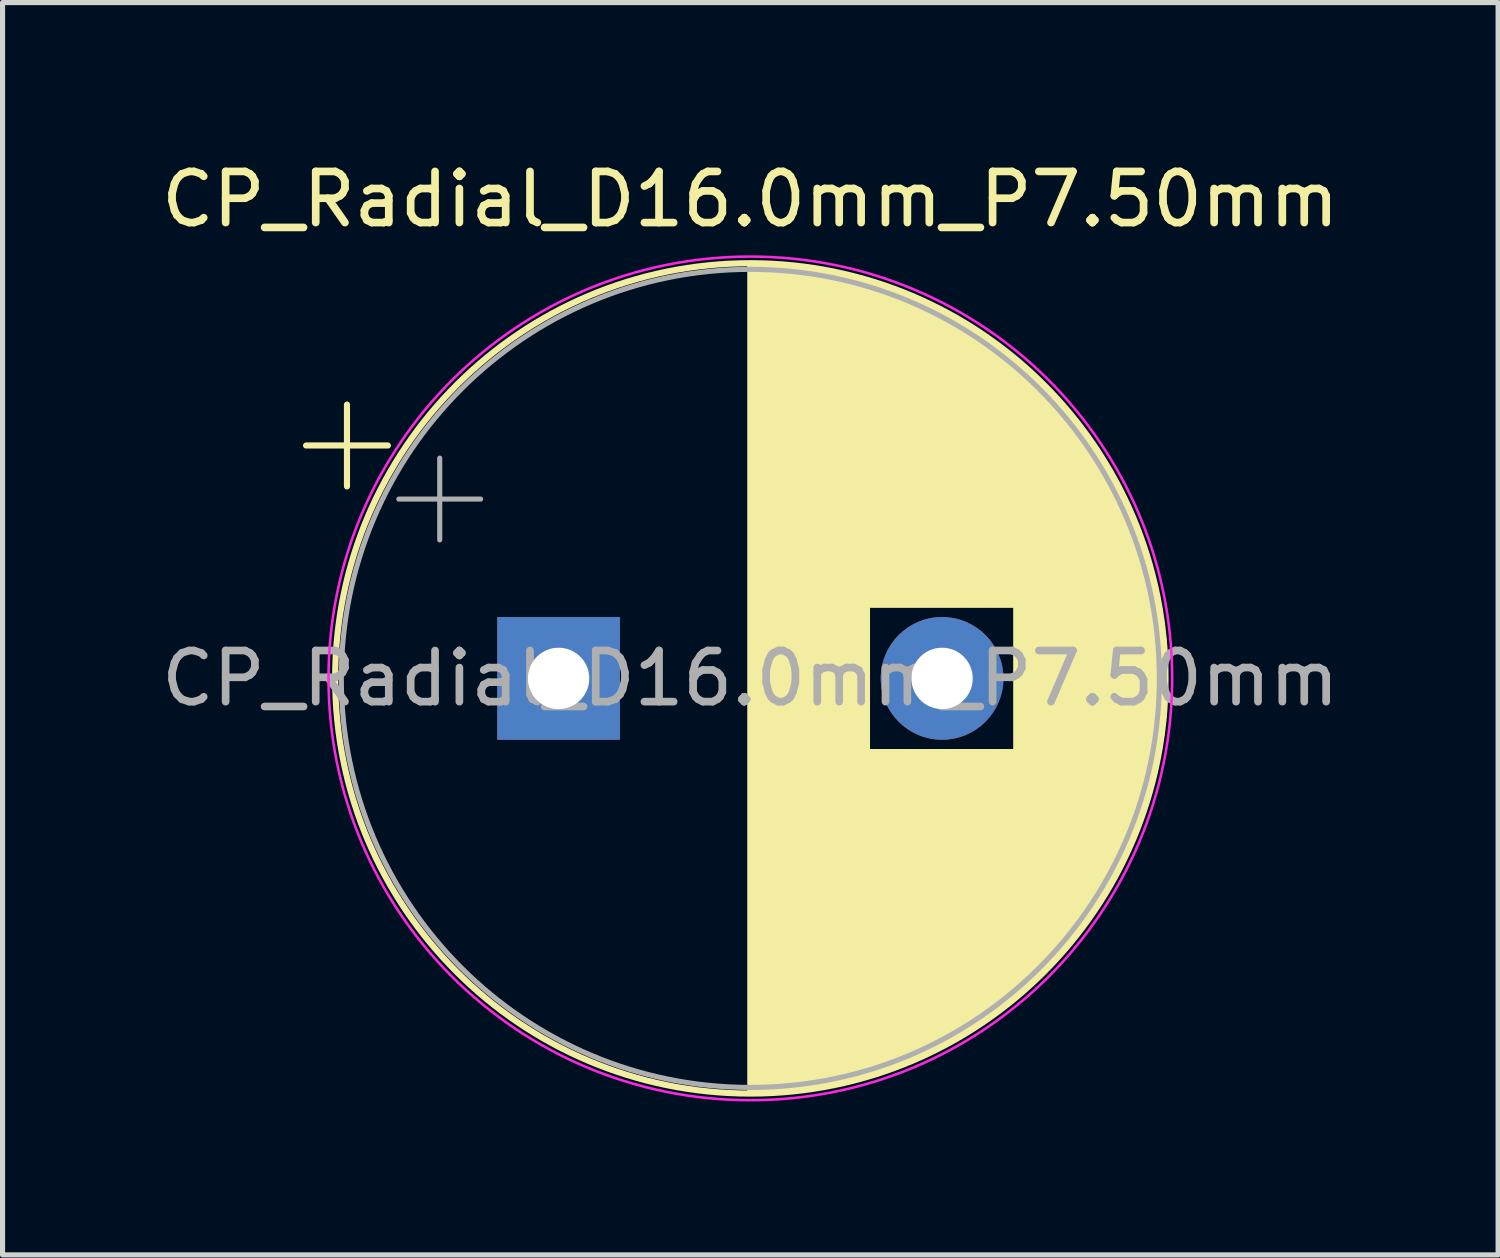
<source format=kicad_pcb>
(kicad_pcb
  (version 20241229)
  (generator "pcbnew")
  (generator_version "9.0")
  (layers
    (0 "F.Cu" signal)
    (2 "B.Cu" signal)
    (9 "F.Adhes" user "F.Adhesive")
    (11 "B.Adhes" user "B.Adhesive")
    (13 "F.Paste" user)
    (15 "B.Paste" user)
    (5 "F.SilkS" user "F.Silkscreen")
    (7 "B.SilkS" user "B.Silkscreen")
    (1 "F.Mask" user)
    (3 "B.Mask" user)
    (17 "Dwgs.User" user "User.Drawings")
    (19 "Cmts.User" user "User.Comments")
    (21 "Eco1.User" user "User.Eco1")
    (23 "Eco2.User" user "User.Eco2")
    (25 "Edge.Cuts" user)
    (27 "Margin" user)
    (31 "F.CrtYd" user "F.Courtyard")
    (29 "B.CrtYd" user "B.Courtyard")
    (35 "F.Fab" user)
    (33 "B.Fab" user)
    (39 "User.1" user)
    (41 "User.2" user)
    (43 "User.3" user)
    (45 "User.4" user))
  (footprint "CP_Radial_D16.0mm_P7.50mm"
    (layer "F.Cu")
    (at 7.875 10.218)
    (property "Reference" "CP_Radial_D16.0mm_P7.50mm" (at 3.75 -9.37 0) (layer "F.SilkS") (effects (font (size 1 1) (thickness 0.15))))
    (attr through_hole)
    (fp_line (start -4.939 -4.555) (end -3.339 -4.555) (stroke (width 0.12) (type solid)) (layer "F.SilkS"))
    (fp_line (start -4.139 -5.355) (end -4.139 -3.755) (stroke (width 0.12) (type solid)) (layer "F.SilkS"))
    (fp_line (start 3.75 -8.081) (end 3.75 8.081) (stroke (width 0.12) (type solid)) (layer "F.SilkS"))
    (fp_line (start 3.79 -8.08) (end 3.79 8.08) (stroke (width 0.12) (type solid)) (layer "F.SilkS"))
    (fp_line (start 3.83 -8.08) (end 3.83 8.08) (stroke (width 0.12) (type solid)) (layer "F.SilkS"))
    (fp_line (start 3.87 -8.08) (end 3.87 8.08) (stroke (width 0.12) (type solid)) (layer "F.SilkS"))
    (fp_line (start 3.91 -8.079) (end 3.91 8.079) (stroke (width 0.12) (type solid)) (layer "F.SilkS"))
    (fp_line (start 3.95 -8.078) (end 3.95 8.078) (stroke (width 0.12) (type solid)) (layer "F.SilkS"))
    (fp_line (start 3.99 -8.077) (end 3.99 8.077) (stroke (width 0.12) (type solid)) (layer "F.SilkS"))
    (fp_line (start 4.03 -8.076) (end 4.03 8.076) (stroke (width 0.12) (type solid)) (layer "F.SilkS"))
    (fp_line (start 4.07 -8.074) (end 4.07 8.074) (stroke (width 0.12) (type solid)) (layer "F.SilkS"))
    (fp_line (start 4.11 -8.073) (end 4.11 8.073) (stroke (width 0.12) (type solid)) (layer "F.SilkS"))
    (fp_line (start 4.15 -8.071) (end 4.15 8.071) (stroke (width 0.12) (type solid)) (layer "F.SilkS"))
    (fp_line (start 4.19 -8.069) (end 4.19 8.069) (stroke (width 0.12) (type solid)) (layer "F.SilkS"))
    (fp_line (start 4.23 -8.066) (end 4.23 8.066) (stroke (width 0.12) (type solid)) (layer "F.SilkS"))
    (fp_line (start 4.27 -8.064) (end 4.27 8.064) (stroke (width 0.12) (type solid)) (layer "F.SilkS"))
    (fp_line (start 4.31 -8.061) (end 4.31 8.061) (stroke (width 0.12) (type solid)) (layer "F.SilkS"))
    (fp_line (start 4.35 -8.058) (end 4.35 8.058) (stroke (width 0.12) (type solid)) (layer "F.SilkS"))
    (fp_line (start 4.39 -8.055) (end 4.39 8.055) (stroke (width 0.12) (type solid)) (layer "F.SilkS"))
    (fp_line (start 4.43 -8.052) (end 4.43 8.052) (stroke (width 0.12) (type solid)) (layer "F.SilkS"))
    (fp_line (start 4.471 -8.049) (end 4.471 8.049) (stroke (width 0.12) (type solid)) (layer "F.SilkS"))
    (fp_line (start 4.511 -8.045) (end 4.511 8.045) (stroke (width 0.12) (type solid)) (layer "F.SilkS"))
    (fp_line (start 4.551 -8.041) (end 4.551 8.041) (stroke (width 0.12) (type solid)) (layer "F.SilkS"))
    (fp_line (start 4.591 -8.037) (end 4.591 8.037) (stroke (width 0.12) (type solid)) (layer "F.SilkS"))
    (fp_line (start 4.631 -8.033) (end 4.631 8.033) (stroke (width 0.12) (type solid)) (layer "F.SilkS"))
    (fp_line (start 4.671 -8.028) (end 4.671 8.028) (stroke (width 0.12) (type solid)) (layer "F.SilkS"))
    (fp_line (start 4.711 -8.024) (end 4.711 8.024) (stroke (width 0.12) (type solid)) (layer "F.SilkS"))
    (fp_line (start 4.751 -8.019) (end 4.751 8.019) (stroke (width 0.12) (type solid)) (layer "F.SilkS"))
    (fp_line (start 4.791 -8.014) (end 4.791 8.014) (stroke (width 0.12) (type solid)) (layer "F.SilkS"))
    (fp_line (start 4.831 -8.008) (end 4.831 8.008) (stroke (width 0.12) (type solid)) (layer "F.SilkS"))
    (fp_line (start 4.871 -8.003) (end 4.871 8.003) (stroke (width 0.12) (type solid)) (layer "F.SilkS"))
    (fp_line (start 4.911 -7.997) (end 4.911 7.997) (stroke (width 0.12) (type solid)) (layer "F.SilkS"))
    (fp_line (start 4.951 -7.991) (end 4.951 7.991) (stroke (width 0.12) (type solid)) (layer "F.SilkS"))
    (fp_line (start 4.991 -7.985) (end 4.991 7.985) (stroke (width 0.12) (type solid)) (layer "F.SilkS"))
    (fp_line (start 5.031 -7.979) (end 5.031 7.979) (stroke (width 0.12) (type solid)) (layer "F.SilkS"))
    (fp_line (start 5.071 -7.972) (end 5.071 7.972) (stroke (width 0.12) (type solid)) (layer "F.SilkS"))
    (fp_line (start 5.111 -7.966) (end 5.111 7.966) (stroke (width 0.12) (type solid)) (layer "F.SilkS"))
    (fp_line (start 5.151 -7.959) (end 5.151 7.959) (stroke (width 0.12) (type solid)) (layer "F.SilkS"))
    (fp_line (start 5.191 -7.952) (end 5.191 7.952) (stroke (width 0.12) (type solid)) (layer "F.SilkS"))
    (fp_line (start 5.231 -7.944) (end 5.231 7.944) (stroke (width 0.12) (type solid)) (layer "F.SilkS"))
    (fp_line (start 5.271 -7.937) (end 5.271 7.937) (stroke (width 0.12) (type solid)) (layer "F.SilkS"))
    (fp_line (start 5.311 -7.929) (end 5.311 7.929) (stroke (width 0.12) (type solid)) (layer "F.SilkS"))
    (fp_line (start 5.351 -7.921) (end 5.351 7.921) (stroke (width 0.12) (type solid)) (layer "F.SilkS"))
    (fp_line (start 5.391 -7.913) (end 5.391 7.913) (stroke (width 0.12) (type solid)) (layer "F.SilkS"))
    (fp_line (start 5.431 -7.905) (end 5.431 7.905) (stroke (width 0.12) (type solid)) (layer "F.SilkS"))
    (fp_line (start 5.471 -7.896) (end 5.471 7.896) (stroke (width 0.12) (type solid)) (layer "F.SilkS"))
    (fp_line (start 5.511 -7.887) (end 5.511 7.887) (stroke (width 0.12) (type solid)) (layer "F.SilkS"))
    (fp_line (start 5.551 -7.878) (end 5.551 7.878) (stroke (width 0.12) (type solid)) (layer "F.SilkS"))
    (fp_line (start 5.591 -7.869) (end 5.591 7.869) (stroke (width 0.12) (type solid)) (layer "F.SilkS"))
    (fp_line (start 5.631 -7.86) (end 5.631 7.86) (stroke (width 0.12) (type solid)) (layer "F.SilkS"))
    (fp_line (start 5.671 -7.85) (end 5.671 7.85) (stroke (width 0.12) (type solid)) (layer "F.SilkS"))
    (fp_line (start 5.711 -7.84) (end 5.711 7.84) (stroke (width 0.12) (type solid)) (layer "F.SilkS"))
    (fp_line (start 5.751 -7.83) (end 5.751 7.83) (stroke (width 0.12) (type solid)) (layer "F.SilkS"))
    (fp_line (start 5.791 -7.82) (end 5.791 7.82) (stroke (width 0.12) (type solid)) (layer "F.SilkS"))
    (fp_line (start 5.831 -7.81) (end 5.831 7.81) (stroke (width 0.12) (type solid)) (layer "F.SilkS"))
    (fp_line (start 5.871 -7.799) (end 5.871 7.799) (stroke (width 0.12) (type solid)) (layer "F.SilkS"))
    (fp_line (start 5.911 -7.788) (end 5.911 7.788) (stroke (width 0.12) (type solid)) (layer "F.SilkS"))
    (fp_line (start 5.951 -7.777) (end 5.951 7.777) (stroke (width 0.12) (type solid)) (layer "F.SilkS"))
    (fp_line (start 5.991 -7.765) (end 5.991 7.765) (stroke (width 0.12) (type solid)) (layer "F.SilkS"))
    (fp_line (start 6.031 -7.754) (end 6.031 7.754) (stroke (width 0.12) (type solid)) (layer "F.SilkS"))
    (fp_line (start 6.071 -7.742) (end 6.071 -1.44) (stroke (width 0.12) (type solid)) (layer "F.SilkS"))
    (fp_line (start 6.071 1.44) (end 6.071 7.742) (stroke (width 0.12) (type solid)) (layer "F.SilkS"))
    (fp_line (start 6.111 -7.73) (end 6.111 -1.44) (stroke (width 0.12) (type solid)) (layer "F.SilkS"))
    (fp_line (start 6.111 1.44) (end 6.111 7.73) (stroke (width 0.12) (type solid)) (layer "F.SilkS"))
    (fp_line (start 6.151 -7.718) (end 6.151 -1.44) (stroke (width 0.12) (type solid)) (layer "F.SilkS"))
    (fp_line (start 6.151 1.44) (end 6.151 7.718) (stroke (width 0.12) (type solid)) (layer "F.SilkS"))
    (fp_line (start 6.191 -7.705) (end 6.191 -1.44) (stroke (width 0.12) (type solid)) (layer "F.SilkS"))
    (fp_line (start 6.191 1.44) (end 6.191 7.705) (stroke (width 0.12) (type solid)) (layer "F.SilkS"))
    (fp_line (start 6.231 -7.693) (end 6.231 -1.44) (stroke (width 0.12) (type solid)) (layer "F.SilkS"))
    (fp_line (start 6.231 1.44) (end 6.231 7.693) (stroke (width 0.12) (type solid)) (layer "F.SilkS"))
    (fp_line (start 6.271 -7.68) (end 6.271 -1.44) (stroke (width 0.12) (type solid)) (layer "F.SilkS"))
    (fp_line (start 6.271 1.44) (end 6.271 7.68) (stroke (width 0.12) (type solid)) (layer "F.SilkS"))
    (fp_line (start 6.311 -7.666) (end 6.311 -1.44) (stroke (width 0.12) (type solid)) (layer "F.SilkS"))
    (fp_line (start 6.311 1.44) (end 6.311 7.666) (stroke (width 0.12) (type solid)) (layer "F.SilkS"))
    (fp_line (start 6.351 -7.653) (end 6.351 -1.44) (stroke (width 0.12) (type solid)) (layer "F.SilkS"))
    (fp_line (start 6.351 1.44) (end 6.351 7.653) (stroke (width 0.12) (type solid)) (layer "F.SilkS"))
    (fp_line (start 6.391 -7.639) (end 6.391 -1.44) (stroke (width 0.12) (type solid)) (layer "F.SilkS"))
    (fp_line (start 6.391 1.44) (end 6.391 7.639) (stroke (width 0.12) (type solid)) (layer "F.SilkS"))
    (fp_line (start 6.431 -7.625) (end 6.431 -1.44) (stroke (width 0.12) (type solid)) (layer "F.SilkS"))
    (fp_line (start 6.431 1.44) (end 6.431 7.625) (stroke (width 0.12) (type solid)) (layer "F.SilkS"))
    (fp_line (start 6.471 -7.611) (end 6.471 -1.44) (stroke (width 0.12) (type solid)) (layer "F.SilkS"))
    (fp_line (start 6.471 1.44) (end 6.471 7.611) (stroke (width 0.12) (type solid)) (layer "F.SilkS"))
    (fp_line (start 6.511 -7.597) (end 6.511 -1.44) (stroke (width 0.12) (type solid)) (layer "F.SilkS"))
    (fp_line (start 6.511 1.44) (end 6.511 7.597) (stroke (width 0.12) (type solid)) (layer "F.SilkS"))
    (fp_line (start 6.551 -7.582) (end 6.551 -1.44) (stroke (width 0.12) (type solid)) (layer "F.SilkS"))
    (fp_line (start 6.551 1.44) (end 6.551 7.582) (stroke (width 0.12) (type solid)) (layer "F.SilkS"))
    (fp_line (start 6.591 -7.568) (end 6.591 -1.44) (stroke (width 0.12) (type solid)) (layer "F.SilkS"))
    (fp_line (start 6.591 1.44) (end 6.591 7.568) (stroke (width 0.12) (type solid)) (layer "F.SilkS"))
    (fp_line (start 6.631 -7.553) (end 6.631 -1.44) (stroke (width 0.12) (type solid)) (layer "F.SilkS"))
    (fp_line (start 6.631 1.44) (end 6.631 7.553) (stroke (width 0.12) (type solid)) (layer "F.SilkS"))
    (fp_line (start 6.671 -7.537) (end 6.671 -1.44) (stroke (width 0.12) (type solid)) (layer "F.SilkS"))
    (fp_line (start 6.671 1.44) (end 6.671 7.537) (stroke (width 0.12) (type solid)) (layer "F.SilkS"))
    (fp_line (start 6.711 -7.522) (end 6.711 -1.44) (stroke (width 0.12) (type solid)) (layer "F.SilkS"))
    (fp_line (start 6.711 1.44) (end 6.711 7.522) (stroke (width 0.12) (type solid)) (layer "F.SilkS"))
    (fp_line (start 6.751 -7.506) (end 6.751 -1.44) (stroke (width 0.12) (type solid)) (layer "F.SilkS"))
    (fp_line (start 6.751 1.44) (end 6.751 7.506) (stroke (width 0.12) (type solid)) (layer "F.SilkS"))
    (fp_line (start 6.791 -7.49) (end 6.791 -1.44) (stroke (width 0.12) (type solid)) (layer "F.SilkS"))
    (fp_line (start 6.791 1.44) (end 6.791 7.49) (stroke (width 0.12) (type solid)) (layer "F.SilkS"))
    (fp_line (start 6.831 -7.474) (end 6.831 -1.44) (stroke (width 0.12) (type solid)) (layer "F.SilkS"))
    (fp_line (start 6.831 1.44) (end 6.831 7.474) (stroke (width 0.12) (type solid)) (layer "F.SilkS"))
    (fp_line (start 6.871 -7.457) (end 6.871 -1.44) (stroke (width 0.12) (type solid)) (layer "F.SilkS"))
    (fp_line (start 6.871 1.44) (end 6.871 7.457) (stroke (width 0.12) (type solid)) (layer "F.SilkS"))
    (fp_line (start 6.911 -7.44) (end 6.911 -1.44) (stroke (width 0.12) (type solid)) (layer "F.SilkS"))
    (fp_line (start 6.911 1.44) (end 6.911 7.44) (stroke (width 0.12) (type solid)) (layer "F.SilkS"))
    (fp_line (start 6.951 -7.423) (end 6.951 -1.44) (stroke (width 0.12) (type solid)) (layer "F.SilkS"))
    (fp_line (start 6.951 1.44) (end 6.951 7.423) (stroke (width 0.12) (type solid)) (layer "F.SilkS"))
    (fp_line (start 6.991 -7.406) (end 6.991 -1.44) (stroke (width 0.12) (type solid)) (layer "F.SilkS"))
    (fp_line (start 6.991 1.44) (end 6.991 7.406) (stroke (width 0.12) (type solid)) (layer "F.SilkS"))
    (fp_line (start 7.031 -7.389) (end 7.031 -1.44) (stroke (width 0.12) (type solid)) (layer "F.SilkS"))
    (fp_line (start 7.031 1.44) (end 7.031 7.389) (stroke (width 0.12) (type solid)) (layer "F.SilkS"))
    (fp_line (start 7.071 -7.371) (end 7.071 -1.44) (stroke (width 0.12) (type solid)) (layer "F.SilkS"))
    (fp_line (start 7.071 1.44) (end 7.071 7.371) (stroke (width 0.12) (type solid)) (layer "F.SilkS"))
    (fp_line (start 7.111 -7.353) (end 7.111 -1.44) (stroke (width 0.12) (type solid)) (layer "F.SilkS"))
    (fp_line (start 7.111 1.44) (end 7.111 7.353) (stroke (width 0.12) (type solid)) (layer "F.SilkS"))
    (fp_line (start 7.151 -7.334) (end 7.151 -1.44) (stroke (width 0.12) (type solid)) (layer "F.SilkS"))
    (fp_line (start 7.151 1.44) (end 7.151 7.334) (stroke (width 0.12) (type solid)) (layer "F.SilkS"))
    (fp_line (start 7.191 -7.316) (end 7.191 -1.44) (stroke (width 0.12) (type solid)) (layer "F.SilkS"))
    (fp_line (start 7.191 1.44) (end 7.191 7.316) (stroke (width 0.12) (type solid)) (layer "F.SilkS"))
    (fp_line (start 7.231 -7.297) (end 7.231 -1.44) (stroke (width 0.12) (type solid)) (layer "F.SilkS"))
    (fp_line (start 7.231 1.44) (end 7.231 7.297) (stroke (width 0.12) (type solid)) (layer "F.SilkS"))
    (fp_line (start 7.271 -7.278) (end 7.271 -1.44) (stroke (width 0.12) (type solid)) (layer "F.SilkS"))
    (fp_line (start 7.271 1.44) (end 7.271 7.278) (stroke (width 0.12) (type solid)) (layer "F.SilkS"))
    (fp_line (start 7.311 -7.258) (end 7.311 -1.44) (stroke (width 0.12) (type solid)) (layer "F.SilkS"))
    (fp_line (start 7.311 1.44) (end 7.311 7.258) (stroke (width 0.12) (type solid)) (layer "F.SilkS"))
    (fp_line (start 7.351 -7.239) (end 7.351 -1.44) (stroke (width 0.12) (type solid)) (layer "F.SilkS"))
    (fp_line (start 7.351 1.44) (end 7.351 7.239) (stroke (width 0.12) (type solid)) (layer "F.SilkS"))
    (fp_line (start 7.391 -7.219) (end 7.391 -1.44) (stroke (width 0.12) (type solid)) (layer "F.SilkS"))
    (fp_line (start 7.391 1.44) (end 7.391 7.219) (stroke (width 0.12) (type solid)) (layer "F.SilkS"))
    (fp_line (start 7.431 -7.199) (end 7.431 -1.44) (stroke (width 0.12) (type solid)) (layer "F.SilkS"))
    (fp_line (start 7.431 1.44) (end 7.431 7.199) (stroke (width 0.12) (type solid)) (layer "F.SilkS"))
    (fp_line (start 7.471 -7.178) (end 7.471 -1.44) (stroke (width 0.12) (type solid)) (layer "F.SilkS"))
    (fp_line (start 7.471 1.44) (end 7.471 7.178) (stroke (width 0.12) (type solid)) (layer "F.SilkS"))
    (fp_line (start 7.511 -7.157) (end 7.511 -1.44) (stroke (width 0.12) (type solid)) (layer "F.SilkS"))
    (fp_line (start 7.511 1.44) (end 7.511 7.157) (stroke (width 0.12) (type solid)) (layer "F.SilkS"))
    (fp_line (start 7.551 -7.136) (end 7.551 -1.44) (stroke (width 0.12) (type solid)) (layer "F.SilkS"))
    (fp_line (start 7.551 1.44) (end 7.551 7.136) (stroke (width 0.12) (type solid)) (layer "F.SilkS"))
    (fp_line (start 7.591 -7.115) (end 7.591 -1.44) (stroke (width 0.12) (type solid)) (layer "F.SilkS"))
    (fp_line (start 7.591 1.44) (end 7.591 7.115) (stroke (width 0.12) (type solid)) (layer "F.SilkS"))
    (fp_line (start 7.631 -7.094) (end 7.631 -1.44) (stroke (width 0.12) (type solid)) (layer "F.SilkS"))
    (fp_line (start 7.631 1.44) (end 7.631 7.094) (stroke (width 0.12) (type solid)) (layer "F.SilkS"))
    (fp_line (start 7.671 -7.072) (end 7.671 -1.44) (stroke (width 0.12) (type solid)) (layer "F.SilkS"))
    (fp_line (start 7.671 1.44) (end 7.671 7.072) (stroke (width 0.12) (type solid)) (layer "F.SilkS"))
    (fp_line (start 7.711 -7.049) (end 7.711 -1.44) (stroke (width 0.12) (type solid)) (layer "F.SilkS"))
    (fp_line (start 7.711 1.44) (end 7.711 7.049) (stroke (width 0.12) (type solid)) (layer "F.SilkS"))
    (fp_line (start 7.751 -7.027) (end 7.751 -1.44) (stroke (width 0.12) (type solid)) (layer "F.SilkS"))
    (fp_line (start 7.751 1.44) (end 7.751 7.027) (stroke (width 0.12) (type solid)) (layer "F.SilkS"))
    (fp_line (start 7.791 -7.004) (end 7.791 -1.44) (stroke (width 0.12) (type solid)) (layer "F.SilkS"))
    (fp_line (start 7.791 1.44) (end 7.791 7.004) (stroke (width 0.12) (type solid)) (layer "F.SilkS"))
    (fp_line (start 7.831 -6.981) (end 7.831 -1.44) (stroke (width 0.12) (type solid)) (layer "F.SilkS"))
    (fp_line (start 7.831 1.44) (end 7.831 6.981) (stroke (width 0.12) (type solid)) (layer "F.SilkS"))
    (fp_line (start 7.871 -6.958) (end 7.871 -1.44) (stroke (width 0.12) (type solid)) (layer "F.SilkS"))
    (fp_line (start 7.871 1.44) (end 7.871 6.958) (stroke (width 0.12) (type solid)) (layer "F.SilkS"))
    (fp_line (start 7.911 -6.934) (end 7.911 -1.44) (stroke (width 0.12) (type solid)) (layer "F.SilkS"))
    (fp_line (start 7.911 1.44) (end 7.911 6.934) (stroke (width 0.12) (type solid)) (layer "F.SilkS"))
    (fp_line (start 7.951 -6.91) (end 7.951 -1.44) (stroke (width 0.12) (type solid)) (layer "F.SilkS"))
    (fp_line (start 7.951 1.44) (end 7.951 6.91) (stroke (width 0.12) (type solid)) (layer "F.SilkS"))
    (fp_line (start 7.991 -6.886) (end 7.991 -1.44) (stroke (width 0.12) (type solid)) (layer "F.SilkS"))
    (fp_line (start 7.991 1.44) (end 7.991 6.886) (stroke (width 0.12) (type solid)) (layer "F.SilkS"))
    (fp_line (start 8.031 -6.861) (end 8.031 -1.44) (stroke (width 0.12) (type solid)) (layer "F.SilkS"))
    (fp_line (start 8.031 1.44) (end 8.031 6.861) (stroke (width 0.12) (type solid)) (layer "F.SilkS"))
    (fp_line (start 8.071 -6.836) (end 8.071 -1.44) (stroke (width 0.12) (type solid)) (layer "F.SilkS"))
    (fp_line (start 8.071 1.44) (end 8.071 6.836) (stroke (width 0.12) (type solid)) (layer "F.SilkS"))
    (fp_line (start 8.111 -6.811) (end 8.111 -1.44) (stroke (width 0.12) (type solid)) (layer "F.SilkS"))
    (fp_line (start 8.111 1.44) (end 8.111 6.811) (stroke (width 0.12) (type solid)) (layer "F.SilkS"))
    (fp_line (start 8.151 -6.785) (end 8.151 -1.44) (stroke (width 0.12) (type solid)) (layer "F.SilkS"))
    (fp_line (start 8.151 1.44) (end 8.151 6.785) (stroke (width 0.12) (type solid)) (layer "F.SilkS"))
    (fp_line (start 8.191 -6.759) (end 8.191 -1.44) (stroke (width 0.12) (type solid)) (layer "F.SilkS"))
    (fp_line (start 8.191 1.44) (end 8.191 6.759) (stroke (width 0.12) (type solid)) (layer "F.SilkS"))
    (fp_line (start 8.231 -6.733) (end 8.231 -1.44) (stroke (width 0.12) (type solid)) (layer "F.SilkS"))
    (fp_line (start 8.231 1.44) (end 8.231 6.733) (stroke (width 0.12) (type solid)) (layer "F.SilkS"))
    (fp_line (start 8.271 -6.706) (end 8.271 -1.44) (stroke (width 0.12) (type solid)) (layer "F.SilkS"))
    (fp_line (start 8.271 1.44) (end 8.271 6.706) (stroke (width 0.12) (type solid)) (layer "F.SilkS"))
    (fp_line (start 8.311 -6.679) (end 8.311 -1.44) (stroke (width 0.12) (type solid)) (layer "F.SilkS"))
    (fp_line (start 8.311 1.44) (end 8.311 6.679) (stroke (width 0.12) (type solid)) (layer "F.SilkS"))
    (fp_line (start 8.351 -6.652) (end 8.351 -1.44) (stroke (width 0.12) (type solid)) (layer "F.SilkS"))
    (fp_line (start 8.351 1.44) (end 8.351 6.652) (stroke (width 0.12) (type solid)) (layer "F.SilkS"))
    (fp_line (start 8.391 -6.624) (end 8.391 -1.44) (stroke (width 0.12) (type solid)) (layer "F.SilkS"))
    (fp_line (start 8.391 1.44) (end 8.391 6.624) (stroke (width 0.12) (type solid)) (layer "F.SilkS"))
    (fp_line (start 8.431 -6.596) (end 8.431 -1.44) (stroke (width 0.12) (type solid)) (layer "F.SilkS"))
    (fp_line (start 8.431 1.44) (end 8.431 6.596) (stroke (width 0.12) (type solid)) (layer "F.SilkS"))
    (fp_line (start 8.471 -6.568) (end 8.471 -1.44) (stroke (width 0.12) (type solid)) (layer "F.SilkS"))
    (fp_line (start 8.471 1.44) (end 8.471 6.568) (stroke (width 0.12) (type solid)) (layer "F.SilkS"))
    (fp_line (start 8.511 -6.539) (end 8.511 -1.44) (stroke (width 0.12) (type solid)) (layer "F.SilkS"))
    (fp_line (start 8.511 1.44) (end 8.511 6.539) (stroke (width 0.12) (type solid)) (layer "F.SilkS"))
    (fp_line (start 8.551 -6.51) (end 8.551 -1.44) (stroke (width 0.12) (type solid)) (layer "F.SilkS"))
    (fp_line (start 8.551 1.44) (end 8.551 6.51) (stroke (width 0.12) (type solid)) (layer "F.SilkS"))
    (fp_line (start 8.591 -6.48) (end 8.591 -1.44) (stroke (width 0.12) (type solid)) (layer "F.SilkS"))
    (fp_line (start 8.591 1.44) (end 8.591 6.48) (stroke (width 0.12) (type solid)) (layer "F.SilkS"))
    (fp_line (start 8.631 -6.45) (end 8.631 -1.44) (stroke (width 0.12) (type solid)) (layer "F.SilkS"))
    (fp_line (start 8.631 1.44) (end 8.631 6.45) (stroke (width 0.12) (type solid)) (layer "F.SilkS"))
    (fp_line (start 8.671 -6.42) (end 8.671 -1.44) (stroke (width 0.12) (type solid)) (layer "F.SilkS"))
    (fp_line (start 8.671 1.44) (end 8.671 6.42) (stroke (width 0.12) (type solid)) (layer "F.SilkS"))
    (fp_line (start 8.711 -6.39) (end 8.711 -1.44) (stroke (width 0.12) (type solid)) (layer "F.SilkS"))
    (fp_line (start 8.711 1.44) (end 8.711 6.39) (stroke (width 0.12) (type solid)) (layer "F.SilkS"))
    (fp_line (start 8.751 -6.358) (end 8.751 -1.44) (stroke (width 0.12) (type solid)) (layer "F.SilkS"))
    (fp_line (start 8.751 1.44) (end 8.751 6.358) (stroke (width 0.12) (type solid)) (layer "F.SilkS"))
    (fp_line (start 8.791 -6.327) (end 8.791 -1.44) (stroke (width 0.12) (type solid)) (layer "F.SilkS"))
    (fp_line (start 8.791 1.44) (end 8.791 6.327) (stroke (width 0.12) (type solid)) (layer "F.SilkS"))
    (fp_line (start 8.831 -6.295) (end 8.831 -1.44) (stroke (width 0.12) (type solid)) (layer "F.SilkS"))
    (fp_line (start 8.831 1.44) (end 8.831 6.295) (stroke (width 0.12) (type solid)) (layer "F.SilkS"))
    (fp_line (start 8.871 -6.263) (end 8.871 -1.44) (stroke (width 0.12) (type solid)) (layer "F.SilkS"))
    (fp_line (start 8.871 1.44) (end 8.871 6.263) (stroke (width 0.12) (type solid)) (layer "F.SilkS"))
    (fp_line (start 8.911 -6.23) (end 8.911 -1.44) (stroke (width 0.12) (type solid)) (layer "F.SilkS"))
    (fp_line (start 8.911 1.44) (end 8.911 6.23) (stroke (width 0.12) (type solid)) (layer "F.SilkS"))
    (fp_line (start 8.951 -6.197) (end 8.951 6.197) (stroke (width 0.12) (type solid)) (layer "F.SilkS"))
    (fp_line (start 8.991 -6.163) (end 8.991 6.163) (stroke (width 0.12) (type solid)) (layer "F.SilkS"))
    (fp_line (start 9.031 -6.129) (end 9.031 6.129) (stroke (width 0.12) (type solid)) (layer "F.SilkS"))
    (fp_line (start 9.071 -6.095) (end 9.071 6.095) (stroke (width 0.12) (type solid)) (layer "F.SilkS"))
    (fp_line (start 9.111 -6.06) (end 9.111 6.06) (stroke (width 0.12) (type solid)) (layer "F.SilkS"))
    (fp_line (start 9.151 -6.025) (end 9.151 6.025) (stroke (width 0.12) (type solid)) (layer "F.SilkS"))
    (fp_line (start 9.191 -5.989) (end 9.191 5.989) (stroke (width 0.12) (type solid)) (layer "F.SilkS"))
    (fp_line (start 9.231 -5.952) (end 9.231 5.952) (stroke (width 0.12) (type solid)) (layer "F.SilkS"))
    (fp_line (start 9.271 -5.916) (end 9.271 5.916) (stroke (width 0.12) (type solid)) (layer "F.SilkS"))
    (fp_line (start 9.311 -5.878) (end 9.311 5.878) (stroke (width 0.12) (type solid)) (layer "F.SilkS"))
    (fp_line (start 9.351 -5.84) (end 9.351 5.84) (stroke (width 0.12) (type solid)) (layer "F.SilkS"))
    (fp_line (start 9.391 -5.802) (end 9.391 5.802) (stroke (width 0.12) (type solid)) (layer "F.SilkS"))
    (fp_line (start 9.431 -5.763) (end 9.431 5.763) (stroke (width 0.12) (type solid)) (layer "F.SilkS"))
    (fp_line (start 9.471 -5.724) (end 9.471 5.724) (stroke (width 0.12) (type solid)) (layer "F.SilkS"))
    (fp_line (start 9.511 -5.684) (end 9.511 5.684) (stroke (width 0.12) (type solid)) (layer "F.SilkS"))
    (fp_line (start 9.551 -5.643) (end 9.551 5.643) (stroke (width 0.12) (type solid)) (layer "F.SilkS"))
    (fp_line (start 9.591 -5.602) (end 9.591 5.602) (stroke (width 0.12) (type solid)) (layer "F.SilkS"))
    (fp_line (start 9.631 -5.56) (end 9.631 5.56) (stroke (width 0.12) (type solid)) (layer "F.SilkS"))
    (fp_line (start 9.671 -5.518) (end 9.671 5.518) (stroke (width 0.12) (type solid)) (layer "F.SilkS"))
    (fp_line (start 9.711 -5.475) (end 9.711 5.475) (stroke (width 0.12) (type solid)) (layer "F.SilkS"))
    (fp_line (start 9.751 -5.432) (end 9.751 5.432) (stroke (width 0.12) (type solid)) (layer "F.SilkS"))
    (fp_line (start 9.791 -5.388) (end 9.791 5.388) (stroke (width 0.12) (type solid)) (layer "F.SilkS"))
    (fp_line (start 9.831 -5.343) (end 9.831 5.343) (stroke (width 0.12) (type solid)) (layer "F.SilkS"))
    (fp_line (start 9.871 -5.297) (end 9.871 5.297) (stroke (width 0.12) (type solid)) (layer "F.SilkS"))
    (fp_line (start 9.911 -5.251) (end 9.911 5.251) (stroke (width 0.12) (type solid)) (layer "F.SilkS"))
    (fp_line (start 9.951 -5.204) (end 9.951 5.204) (stroke (width 0.12) (type solid)) (layer "F.SilkS"))
    (fp_line (start 9.991 -5.156) (end 9.991 5.156) (stroke (width 0.12) (type solid)) (layer "F.SilkS"))
    (fp_line (start 10.031 -5.108) (end 10.031 5.108) (stroke (width 0.12) (type solid)) (layer "F.SilkS"))
    (fp_line (start 10.071 -5.059) (end 10.071 5.059) (stroke (width 0.12) (type solid)) (layer "F.SilkS"))
    (fp_line (start 10.111 -5.009) (end 10.111 5.009) (stroke (width 0.12) (type solid)) (layer "F.SilkS"))
    (fp_line (start 10.151 -4.958) (end 10.151 4.958) (stroke (width 0.12) (type solid)) (layer "F.SilkS"))
    (fp_line (start 10.191 -4.906) (end 10.191 4.906) (stroke (width 0.12) (type solid)) (layer "F.SilkS"))
    (fp_line (start 10.231 -4.854) (end 10.231 4.854) (stroke (width 0.12) (type solid)) (layer "F.SilkS"))
    (fp_line (start 10.271 -4.8) (end 10.271 4.8) (stroke (width 0.12) (type solid)) (layer "F.SilkS"))
    (fp_line (start 10.311 -4.746) (end 10.311 4.746) (stroke (width 0.12) (type solid)) (layer "F.SilkS"))
    (fp_line (start 10.351 -4.691) (end 10.351 4.691) (stroke (width 0.12) (type solid)) (layer "F.SilkS"))
    (fp_line (start 10.391 -4.634) (end 10.391 4.634) (stroke (width 0.12) (type solid)) (layer "F.SilkS"))
    (fp_line (start 10.431 -4.577) (end 10.431 4.577) (stroke (width 0.12) (type solid)) (layer "F.SilkS"))
    (fp_line (start 10.471 -4.519) (end 10.471 4.519) (stroke (width 0.12) (type solid)) (layer "F.SilkS"))
    (fp_line (start 10.511 -4.459) (end 10.511 4.459) (stroke (width 0.12) (type solid)) (layer "F.SilkS"))
    (fp_line (start 10.551 -4.398) (end 10.551 4.398) (stroke (width 0.12) (type solid)) (layer "F.SilkS"))
    (fp_line (start 10.591 -4.336) (end 10.591 4.336) (stroke (width 0.12) (type solid)) (layer "F.SilkS"))
    (fp_line (start 10.631 -4.273) (end 10.631 4.273) (stroke (width 0.12) (type solid)) (layer "F.SilkS"))
    (fp_line (start 10.671 -4.209) (end 10.671 4.209) (stroke (width 0.12) (type solid)) (layer "F.SilkS"))
    (fp_line (start 10.711 -4.143) (end 10.711 4.143) (stroke (width 0.12) (type solid)) (layer "F.SilkS"))
    (fp_line (start 10.751 -4.076) (end 10.751 4.076) (stroke (width 0.12) (type solid)) (layer "F.SilkS"))
    (fp_line (start 10.791 -4.007) (end 10.791 4.007) (stroke (width 0.12) (type solid)) (layer "F.SilkS"))
    (fp_line (start 10.831 -3.936) (end 10.831 3.936) (stroke (width 0.12) (type solid)) (layer "F.SilkS"))
    (fp_line (start 10.871 -3.864) (end 10.871 3.864) (stroke (width 0.12) (type solid)) (layer "F.SilkS"))
    (fp_line (start 10.911 -3.79) (end 10.911 3.79) (stroke (width 0.12) (type solid)) (layer "F.SilkS"))
    (fp_line (start 10.951 -3.715) (end 10.951 3.715) (stroke (width 0.12) (type solid)) (layer "F.SilkS"))
    (fp_line (start 10.991 -3.637) (end 10.991 3.637) (stroke (width 0.12) (type solid)) (layer "F.SilkS"))
    (fp_line (start 11.031 -3.557) (end 11.031 3.557) (stroke (width 0.12) (type solid)) (layer "F.SilkS"))
    (fp_line (start 11.071 -3.475) (end 11.071 3.475) (stroke (width 0.12) (type solid)) (layer "F.SilkS"))
    (fp_line (start 11.111 -3.39) (end 11.111 3.39) (stroke (width 0.12) (type solid)) (layer "F.SilkS"))
    (fp_line (start 11.151 -3.303) (end 11.151 3.303) (stroke (width 0.12) (type solid)) (layer "F.SilkS"))
    (fp_line (start 11.191 -3.213) (end 11.191 3.213) (stroke (width 0.12) (type solid)) (layer "F.SilkS"))
    (fp_line (start 11.231 -3.12) (end 11.231 3.12) (stroke (width 0.12) (type solid)) (layer "F.SilkS"))
    (fp_line (start 11.271 -3.024) (end 11.271 3.024) (stroke (width 0.12) (type solid)) (layer "F.SilkS"))
    (fp_line (start 11.311 -2.924) (end 11.311 2.924) (stroke (width 0.12) (type solid)) (layer "F.SilkS"))
    (fp_line (start 11.351 -2.82) (end 11.351 2.82) (stroke (width 0.12) (type solid)) (layer "F.SilkS"))
    (fp_line (start 11.391 -2.711) (end 11.391 2.711) (stroke (width 0.12) (type solid)) (layer "F.SilkS"))
    (fp_line (start 11.431 -2.597) (end 11.431 2.597) (stroke (width 0.12) (type solid)) (layer "F.SilkS"))
    (fp_line (start 11.471 -2.478) (end 11.471 2.478) (stroke (width 0.12) (type solid)) (layer "F.SilkS"))
    (fp_line (start 11.511 -2.351) (end 11.511 2.351) (stroke (width 0.12) (type solid)) (layer "F.SilkS"))
    (fp_line (start 11.551 -2.218) (end 11.551 2.218) (stroke (width 0.12) (type solid)) (layer "F.SilkS"))
    (fp_line (start 11.591 -2.074) (end 11.591 2.074) (stroke (width 0.12) (type solid)) (layer "F.SilkS"))
    (fp_line (start 11.631 -1.92) (end 11.631 1.92) (stroke (width 0.12) (type solid)) (layer "F.SilkS"))
    (fp_line (start 11.671 -1.752) (end 11.671 1.752) (stroke (width 0.12) (type solid)) (layer "F.SilkS"))
    (fp_line (start 11.711 -1.564) (end 11.711 1.564) (stroke (width 0.12) (type solid)) (layer "F.SilkS"))
    (fp_line (start 11.751 -1.351) (end 11.751 1.351) (stroke (width 0.12) (type solid)) (layer "F.SilkS"))
    (fp_line (start 11.791 -1.098) (end 11.791 1.098) (stroke (width 0.12) (type solid)) (layer "F.SilkS"))
    (fp_line (start 11.831 -0.765) (end 11.831 0.765) (stroke (width 0.12) (type solid)) (layer "F.SilkS"))
    (fp_circle (center 3.75 0) (end 11.87 0) (stroke (width 0.12) (type solid)) (fill no) (layer "F.SilkS"))
    (fp_circle (center 3.75 0) (end 12 0) (stroke (width 0.05) (type solid)) (fill no) (layer "F.CrtYd"))
    (fp_line (start -3.125 -3.507) (end -1.525 -3.507) (stroke (width 0.1) (type solid)) (layer "F.Fab"))
    (fp_line (start -2.325 -4.308) (end -2.325 -2.708) (stroke (width 0.1) (type solid)) (layer "F.Fab"))
    (fp_circle (center 3.75 0) (end 11.75 0) (stroke (width 0.1) (type solid)) (fill no) (layer "F.Fab"))
    (fp_text user "${REFERENCE}" (at 3.75 0 0) (layer "F.Fab") (effects (font (size 1 1) (thickness 0.15))))
    (pad "1" thru_hole rect (at 0 0) (size 2.4 2.4) (drill 1.2) (layers "*.Cu" "*.Mask"))
    (pad "2" thru_hole circle (at 7.5 0) (size 2.4 2.4) (drill 1.2) (layers "*.Cu" "*.Mask")))
  (gr_rect
    (start -3 -3)
    (end 26.25 21.493)
    (stroke (width 0.1) (type default))
    (fill no)
    (layer "Edge.Cuts")))
</source>
